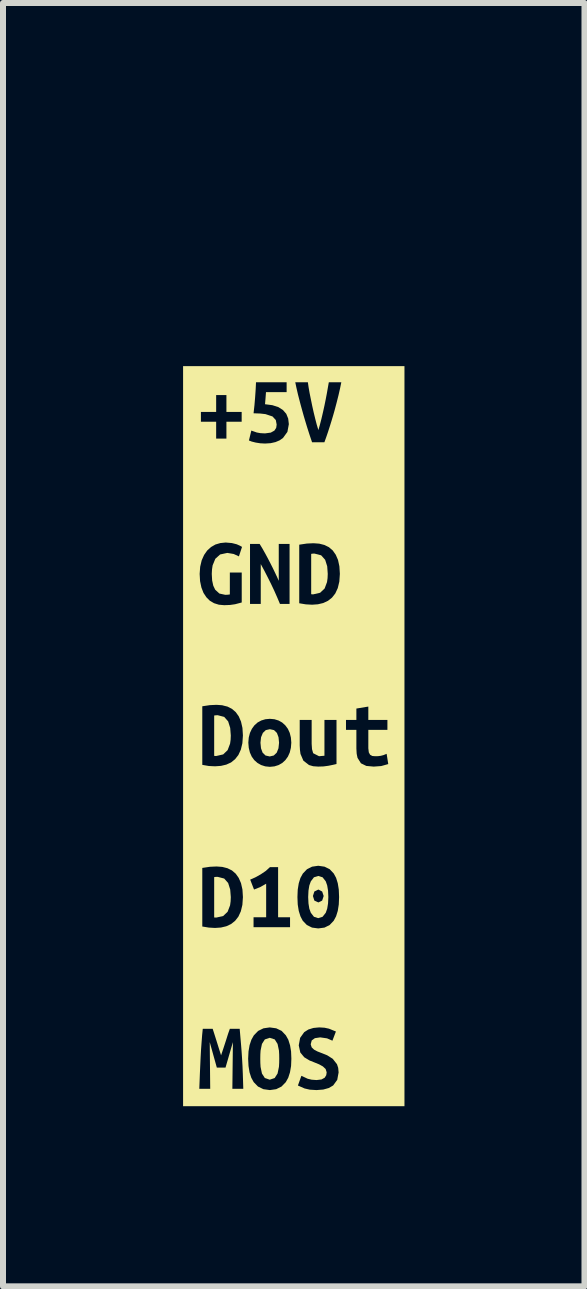
<source format=kicad_pcb>
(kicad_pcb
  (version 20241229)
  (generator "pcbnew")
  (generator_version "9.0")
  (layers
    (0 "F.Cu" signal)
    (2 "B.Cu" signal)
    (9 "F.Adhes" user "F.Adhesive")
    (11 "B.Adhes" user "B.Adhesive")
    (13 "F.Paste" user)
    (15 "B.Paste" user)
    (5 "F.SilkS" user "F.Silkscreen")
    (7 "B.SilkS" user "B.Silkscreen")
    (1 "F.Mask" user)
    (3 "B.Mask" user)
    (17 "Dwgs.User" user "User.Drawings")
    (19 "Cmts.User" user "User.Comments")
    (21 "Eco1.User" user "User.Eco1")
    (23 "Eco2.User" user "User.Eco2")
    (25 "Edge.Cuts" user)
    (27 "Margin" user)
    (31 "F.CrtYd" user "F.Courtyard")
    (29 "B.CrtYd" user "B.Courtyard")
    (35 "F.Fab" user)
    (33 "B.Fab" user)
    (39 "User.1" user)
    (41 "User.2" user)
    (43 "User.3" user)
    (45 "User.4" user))
  (footprint "kibuzzard-67ACF32A"
    (layer "F.Cu")
    (at 1.844 9.214)
    (property "Reference" "kibuzzard-67ACF32A" (at 0 -9.213 0) (layer "F.SilkS") (effects (font (size 0.001 0.001) (thickness 0.15))))
    (attr board_only exclude_from_pos_files exclude_from_bom)
    (fp_poly (pts (xy -1.326 0.328) (xy -1.308 0.33) (xy -1.29 0.33) (xy -1.176 0.304) (xy -1.102 0.233) (xy -1.061 0.125) (xy -1.052 0.06) (xy -1.049 -0.011) (xy -1.059 -0.137) (xy -1.093 -0.246) (xy -1.159 -0.321) (xy -1.267 -0.349) (xy -1.296 -0.348) (xy -1.326 -0.344) (xy -1.326 0.328)) (stroke (width 0) (type solid)) (fill yes) (layer "F.SilkS"))
    (fp_poly (pts (xy -1.326 3.02) (xy -1.308 3.022) (xy -1.29 3.022) (xy -1.176 2.996) (xy -1.102 2.925) (xy -1.061 2.818) (xy -1.052 2.752) (xy -1.049 2.681) (xy -1.059 2.555) (xy -1.093 2.447) (xy -1.159 2.372) (xy -1.267 2.344) (xy -1.296 2.344) (xy -1.326 2.348) (xy -1.326 3.02)) (stroke (width 0) (type solid)) (fill yes) (layer "F.SilkS"))
    (fp_poly (pts (xy 0.29 -2.365) (xy 0.308 -2.363) (xy 0.326 -2.363) (xy 0.439 -2.389) (xy 0.514 -2.46) (xy 0.554 -2.567) (xy 0.563 -2.633) (xy 0.566 -2.704) (xy 0.557 -2.83) (xy 0.523 -2.938) (xy 0.456 -3.013) (xy 0.348 -3.041) (xy 0.319 -3.041) (xy 0.29 -3.037) (xy 0.29 -2.365)) (stroke (width 0) (type solid)) (fill yes) (layer "F.SilkS"))
    (fp_poly (pts (xy -0.555 0.11) (xy -0.546 0.202) (xy -0.519 0.275) (xy -0.471 0.322) (xy -0.401 0.338) (xy -0.333 0.322) (xy -0.284 0.275) (xy -0.255 0.202) (xy -0.245 0.11) (xy -0.254 0.018) (xy -0.281 -0.054) (xy -0.329 -0.101) (xy -0.398 -0.116) (xy -0.466 -0.101) (xy -0.515 -0.054) (xy -0.545 0.018) (xy -0.555 0.11)) (stroke (width 0) (type solid)) (fill yes) (layer "F.SilkS"))
    (fp_poly (pts (xy -0.558 5.374) (xy -0.557 5.444) (xy -0.553 5.51) (xy -0.53 5.621) (xy -0.482 5.695) (xy -0.4 5.723) (xy -0.318 5.695) (xy -0.27 5.62) (xy -0.247 5.509) (xy -0.243 5.444) (xy -0.242 5.374) (xy -0.243 5.303) (xy -0.247 5.237) (xy -0.27 5.127) (xy -0.317 5.052) (xy -0.4 5.025) (xy -0.482 5.052) (xy -0.53 5.127) (xy -0.553 5.238) (xy -0.557 5.303) (xy -0.558 5.374)) (stroke (width 0) (type solid)) (fill yes) (layer "F.SilkS"))
    (fp_poly (pts (xy 0.576 2.68) (xy 0.571 2.574) (xy 0.557 2.488) (xy 0.533 2.419) (xy 0.48 2.351) (xy 0.408 2.329) (xy 0.336 2.351) (xy 0.284 2.419) (xy 0.259 2.488) (xy 0.245 2.574) (xy 0.24 2.68) (xy 0.245 2.786) (xy 0.259 2.873) (xy 0.284 2.942) (xy 0.336 3.009) (xy 0.408 3.032) (xy 0.41 3.031) (xy 0.41 2.77) (xy 0.343 2.739) (xy 0.319 2.663) (xy 0.343 2.588) (xy 0.41 2.555) (xy 0.473 2.588) (xy 0.498 2.663) (xy 0.473 2.739) (xy 0.41 2.77) (xy 0.41 3.031) (xy 0.48 3.009) (xy 0.533 2.942) (xy 0.557 2.873) (xy 0.571 2.786) (xy 0.576 2.68)) (stroke (width 0) (type solid)) (fill yes) (layer "F.SilkS"))
    (fp_poly (pts (xy -1.574 -6.165) (xy -1.844 -6.165) (xy -1.844 6.165) (xy -1.574 6.165) (xy -0.841 6.165) (xy -0.841 5.875) (xy -1.023 5.875) (xy -1.014 5.097) (xy -1.137 5.521) (xy -1.282 5.521) (xy -1.4 5.097) (xy -1.392 5.875) (xy -1.574 5.875) (xy -1.569 5.749) (xy -1.564 5.619) (xy -1.558 5.487) (xy -1.552 5.356) (xy -1.545 5.227) (xy -1.536 5.102) (xy -1.527 4.984) (xy -1.516 4.875) (xy -1.351 4.875) (xy -1.323 4.962) (xy -1.311 5) (xy -1.311 3.195) (xy -1.415 3.189) (xy -1.524 3.171) (xy -1.524 2.195) (xy -1.397 2.176) (xy -1.311 2.172) (xy -1.311 0.502) (xy -1.415 0.497) (xy -1.524 0.478) (xy -1.524 -0.498) (xy -1.397 -0.517) (xy -1.285 -0.522) (xy -1.191 -0.515) (xy -1.159 -0.506) (xy -1.159 -2.182) (xy -1.248 -2.19) (xy -1.328 -2.215) (xy -1.398 -2.256) (xy -1.456 -2.314) (xy -1.504 -2.387) (xy -1.539 -2.477) (xy -1.561 -2.582) (xy -1.568 -2.704) (xy -1.559 -2.824) (xy -1.534 -2.929) (xy -1.494 -3.019) (xy -1.442 -3.093) (xy -1.378 -3.151) (xy -1.305 -3.193) (xy -1.223 -3.217) (xy -1.135 -3.226) (xy -1.122 -3.225) (xy -1.122 -4.957) (xy -1.293 -4.957) (xy -1.293 -5.238) (xy -1.547 -5.238) (xy -1.547 -5.401) (xy -1.293 -5.401) (xy -1.293 -5.682) (xy -1.122 -5.682) (xy -1.122 -5.401) (xy -0.868 -5.401) (xy -0.868 -5.238) (xy -1.122 -5.238) (xy -1.122 -4.957) (xy -1.122 -3.225) (xy -1.031 -3.217) (xy -0.951 -3.197) (xy -0.895 -3.172) (xy -0.862 -3.153) (xy -0.914 -2.995) (xy -1.001 -3.035) (xy -1.107 -3.053) (xy -1.227 -3.027) (xy -1.307 -2.955) (xy -1.352 -2.845) (xy -1.362 -2.778) (xy -1.366 -2.704) (xy -1.36 -2.595) (xy -1.341 -2.507) (xy -1.309 -2.44) (xy -1.239 -2.376) (xy -1.143 -2.355) (xy -1.104 -2.356) (xy -1.065 -2.361) (xy -1.065 -2.726) (xy -0.867 -2.726) (xy -0.867 -2.227) (xy -0.977 -2.198) (xy -1.06 -2.186) (xy -1.159 -2.182) (xy -1.159 -0.506) (xy -1.105 -0.493) (xy -1.03 -0.455) (xy -0.967 -0.401) (xy -0.917 -0.331) (xy -0.879 -0.243) (xy -0.855 -0.137) (xy -0.847 -0.011) (xy -0.856 0.117) (xy -0.882 0.225) (xy -0.923 0.314) (xy -0.978 0.384) (xy -1.045 0.438) (xy -1.124 0.474) (xy -1.213 0.495) (xy -1.311 0.502) (xy -1.311 2.172) (xy -1.285 2.171) (xy -1.191 2.178) (xy -1.105 2.2) (xy -1.03 2.237) (xy -0.967 2.291) (xy -0.917 2.362) (xy -0.879 2.449) (xy -0.855 2.555) (xy -0.847 2.681) (xy -0.856 2.81) (xy -0.882 2.918) (xy -0.923 3.007) (xy -0.978 3.077) (xy -1.045 3.13) (xy -1.124 3.167) (xy -1.213 3.188) (xy -1.311 3.195) (xy -1.311 5) (xy -1.287 5.076) (xy -1.248 5.201) (xy -1.211 5.317) (xy -1.17 5.194) (xy -1.13 5.071) (xy -1.095 4.96) (xy -1.065 4.875) (xy -0.901 4.875) (xy -0.89 5.004) (xy -0.879 5.13) (xy -0.869 5.254) (xy -0.861 5.376) (xy -0.854 5.499) (xy -0.849 5.622) (xy -0.845 5.747) (xy -0.841 5.875) (xy -0.841 6.165) (xy -0.398 6.165) (xy -0.398 5.896) (xy -0.506 5.881) (xy -0.596 5.837) (xy -0.667 5.764) (xy -0.708 5.69) (xy -0.737 5.6) (xy -0.754 5.495) (xy -0.76 5.374) (xy -0.754 5.252) (xy -0.736 5.147) (xy -0.706 5.057) (xy -0.665 4.984) (xy -0.593 4.91) (xy -0.505 4.867) (xy -0.4 4.852) (xy -0.292 4.867) (xy -0.202 4.91) (xy -0.132 4.984) (xy -0.091 5.057) (xy -0.063 5.147) (xy -0.062 5.149) (xy -0.062 3.182) (xy -0.67 3.182) (xy -0.67 3.017) (xy -0.46 3.017) (xy -0.46 2.458) (xy -0.563 2.516) (xy -0.662 2.555) (xy -0.726 2.39) (xy -0.642 2.353) (xy -0.552 2.303) (xy -0.466 2.245) (xy -0.398 2.183) (xy -0.398 0.511) (xy -0.475 0.503) (xy -0.544 0.481) (xy -0.605 0.446) (xy -0.658 0.399) (xy -0.7 0.341) (xy -0.731 0.272) (xy -0.75 0.194) (xy -0.757 0.108) (xy -0.75 0.023) (xy -0.73 -0.054) (xy -0.698 -0.122) (xy -0.656 -0.18) (xy -0.604 -0.227) (xy -0.542 -0.261) (xy -0.473 -0.282) (xy -0.398 -0.289) (xy -0.322 -0.282) (xy -0.254 -0.261) (xy -0.23 -0.248) (xy -0.23 -2.203) (xy -0.277 -2.314) (xy -0.326 -2.425) (xy -0.378 -2.535) (xy -0.433 -2.645) (xy -0.49 -2.756) (xy -0.55 -2.867) (xy -0.55 -2.203) (xy -0.729 -2.203) (xy -0.729 -3.203) (xy -0.569 -3.203) (xy -0.524 -3.129) (xy -0.479 -3.049) (xy -0.477 -3.046) (xy -0.477 -4.875) (xy -0.557 -4.879) (xy -0.634 -4.891) (xy -0.701 -4.908) (xy -0.747 -4.926) (xy -0.707 -5.091) (xy -0.616 -5.059) (xy -0.555 -5.048) (xy -0.479 -5.044) (xy -0.383 -5.057) (xy -0.323 -5.09) (xy -0.293 -5.136) (xy -0.285 -5.19) (xy -0.299 -5.266) (xy -0.354 -5.326) (xy -0.471 -5.365) (xy -0.559 -5.375) (xy -0.67 -5.379) (xy -0.655 -5.513) (xy -0.644 -5.644) (xy -0.635 -5.772) (xy -0.629 -5.896) (xy -0.119 -5.896) (xy -0.119 -5.731) (xy -0.463 -5.731) (xy -0.471 -5.623) (xy -0.479 -5.53) (xy -0.357 -5.514) (xy -0.257 -5.482) (xy -0.18 -5.433) (xy -0.125 -5.37) (xy -0.093 -5.291) (xy -0.082 -5.198) (xy -0.106 -5.069) (xy -0.18 -4.967) (xy -0.236 -4.928) (xy -0.305 -4.899) (xy -0.385 -4.881) (xy -0.477 -4.875) (xy -0.477 -3.046) (xy -0.434 -2.966) (xy -0.391 -2.883) (xy -0.35 -2.802) (xy -0.312 -2.723) (xy -0.278 -2.651) (xy -0.25 -2.588) (xy -0.25 -3.203) (xy -0.07 -3.203) (xy -0.07 -2.203) (xy -0.23 -2.203) (xy -0.23 -0.248) (xy -0.193 -0.227) (xy -0.141 -0.18) (xy -0.098 -0.122) (xy -0.067 -0.054) (xy -0.048 0.023) (xy -0.041 0.108) (xy -0.048 0.194) (xy -0.067 0.272) (xy -0.098 0.341) (xy -0.14 0.399) (xy -0.191 0.446) (xy -0.252 0.481) (xy -0.321 0.503) (xy -0.398 0.511) (xy -0.398 2.183) (xy -0.397 2.182) (xy -0.261 2.182) (xy -0.261 3.017) (xy -0.062 3.017) (xy -0.062 3.182) (xy -0.062 5.149) (xy -0.045 5.252) (xy -0.04 5.374) (xy -0.045 5.495) (xy -0.063 5.6) (xy -0.092 5.69) (xy -0.133 5.764) (xy -0.204 5.837) (xy -0.293 5.881) (xy -0.398 5.896) (xy -0.398 6.165) (xy 0.379 6.165) (xy 0.379 5.896) (xy 0.267 5.889) (xy 0.18 5.869) (xy 0.069 5.82) (xy 0.127 5.658) (xy 0.231 5.707) (xy 0.298 5.723) (xy 0.379 5.729) (xy 0.462 5.719) (xy 0.515 5.69) (xy 0.541 5.648) (xy 0.548 5.6) (xy 0.531 5.545) (xy 0.485 5.502) (xy 0.424 5.468) (xy 0.356 5.44) (xy 0.263 5.403) (xy 0.174 5.349) (xy 0.109 5.27) (xy 0.083 5.151) (xy 0.106 5.026) (xy 0.174 4.931) (xy 0.243 4.887) (xy 0.327 4.861) (xy 0.408 4.853) (xy 0.408 3.203) (xy 0.304 3.189) (xy 0.218 3.146) (xy 0.149 3.074) (xy 0.111 3.001) (xy 0.083 2.911) (xy 0.066 2.804) (xy 0.061 2.68) (xy 0.066 2.557) (xy 0.083 2.451) (xy 0.111 2.362) (xy 0.151 2.289) (xy 0.22 2.217) (xy 0.305 2.174) (xy 0.408 2.159) (xy 0.408 0.507) (xy 0.323 0.501) (xy 0.254 0.481) (xy 0.16 0.408) (xy 0.112 0.296) (xy 0.103 0.228) (xy 0.099 0.153) (xy 0.099 -0.27) (xy 0.298 -0.27) (xy 0.298 0.128) (xy 0.304 0.219) (xy 0.305 0.22) (xy 0.305 -2.19) (xy 0.2 -2.196) (xy 0.091 -2.214) (xy 0.091 -3.19) (xy 0.219 -3.209) (xy 0.305 -3.213) (xy 0.305 -4.896) (xy 0.265 -5.014) (xy 0.222 -5.148) (xy 0.194 -5.241) (xy 0.166 -5.335) (xy 0.14 -5.428) (xy 0.115 -5.519) (xy 0.092 -5.607) (xy 0.07 -5.692) (xy 0.044 -5.805) (xy 0.025 -5.896) (xy 0.235 -5.896) (xy 0.247 -5.812) (xy 0.264 -5.715) (xy 0.285 -5.611) (xy 0.307 -5.504) (xy 0.331 -5.396) (xy 0.357 -5.289) (xy 0.383 -5.189) (xy 0.41 -5.099) (xy 0.435 -5.187) (xy 0.461 -5.287) (xy 0.486 -5.394) (xy 0.51 -5.502) (xy 0.532 -5.61) (xy 0.552 -5.715) (xy 0.569 -5.812) (xy 0.584 -5.896) (xy 0.792 -5.896) (xy 0.771 -5.793) (xy 0.745 -5.679) (xy 0.714 -5.556) (xy 0.68 -5.428) (xy 0.655 -5.34) (xy 0.628 -5.25) (xy 0.6 -5.16) (xy 0.571 -5.07) (xy 0.541 -4.982) (xy 0.51 -4.896) (xy 0.305 -4.896) (xy 0.305 -3.213) (xy 0.33 -3.214) (xy 0.425 -3.207) (xy 0.511 -3.185) (xy 0.586 -3.148) (xy 0.649 -3.094) (xy 0.699 -3.023) (xy 0.737 -2.936) (xy 0.76 -2.83) (xy 0.768 -2.704) (xy 0.759 -2.575) (xy 0.733 -2.467) (xy 0.692 -2.378) (xy 0.637 -2.308) (xy 0.57 -2.255) (xy 0.491 -2.218) (xy 0.402 -2.197) (xy 0.305 -2.19) (xy 0.305 0.22) (xy 0.323 0.284) (xy 0.421 0.334) (xy 0.511 0.326) (xy 0.511 -0.27) (xy 0.712 -0.27) (xy 0.712 0.464) (xy 0.651 0.478) (xy 0.578 0.493) (xy 0.497 0.504) (xy 0.408 0.507) (xy 0.408 2.159) (xy 0.512 2.174) (xy 0.598 2.216) (xy 0.666 2.288) (xy 0.705 2.36) (xy 0.733 2.45) (xy 0.75 2.556) (xy 0.755 2.68) (xy 0.75 2.804) (xy 0.733 2.911) (xy 0.705 3.001) (xy 0.666 3.074) (xy 0.598 3.146) (xy 0.512 3.189) (xy 0.408 3.203) (xy 0.408 4.853) (xy 0.426 4.852) (xy 0.512 4.857) (xy 0.586 4.873) (xy 0.702 4.92) (xy 0.644 5.073) (xy 0.554 5.034) (xy 0.44 5.018) (xy 0.352 5.031) (xy 0.299 5.069) (xy 0.282 5.133) (xy 0.298 5.184) (xy 0.339 5.223) (xy 0.396 5.253) (xy 0.458 5.277) (xy 0.556 5.316) (xy 0.649 5.375) (xy 0.72 5.465) (xy 0.74 5.526) (xy 0.747 5.602) (xy 0.724 5.726) (xy 0.656 5.819) (xy 0.585 5.861) (xy 0.492 5.887) (xy 0.379 5.896) (xy 0.379 6.165) (xy 1.332 6.165) (xy 1.332 0.507) (xy 1.209 0.496) (xy 1.119 0.452) (xy 1.062 0.361) (xy 1.048 0.293) (xy 1.043 0.207) (xy 1.043 -0.105) (xy 0.87 -0.105) (xy 0.87 -0.27) (xy 1.043 -0.27) (xy 1.043 -0.46) (xy 1.242 -0.493) (xy 1.242 -0.27) (xy 1.56 -0.27) (xy 1.56 -0.105) (xy 1.242 -0.105) (xy 1.242 0.202) (xy 1.25 0.27) (xy 1.272 0.31) (xy 1.308 0.33) (xy 1.355 0.334) (xy 1.405 0.333) (xy 1.451 0.327) (xy 1.496 0.315) (xy 1.547 0.294) (xy 1.574 0.465) (xy 1.456 0.498) (xy 1.332 0.507) (xy 1.332 6.165) (xy 1.574 6.165) (xy 1.844 6.165) (xy 1.844 -6.165) (xy 1.574 -6.165) (xy -1.574 -6.165)) (stroke (width 0) (type solid)) (fill yes) (layer "F.SilkS")))
  (gr_rect
    (start -3 -3)
    (end 6.687 18.379)
    (stroke (width 0.1) (type default))
    (fill no)
    (layer "Edge.Cuts")))
</source>
